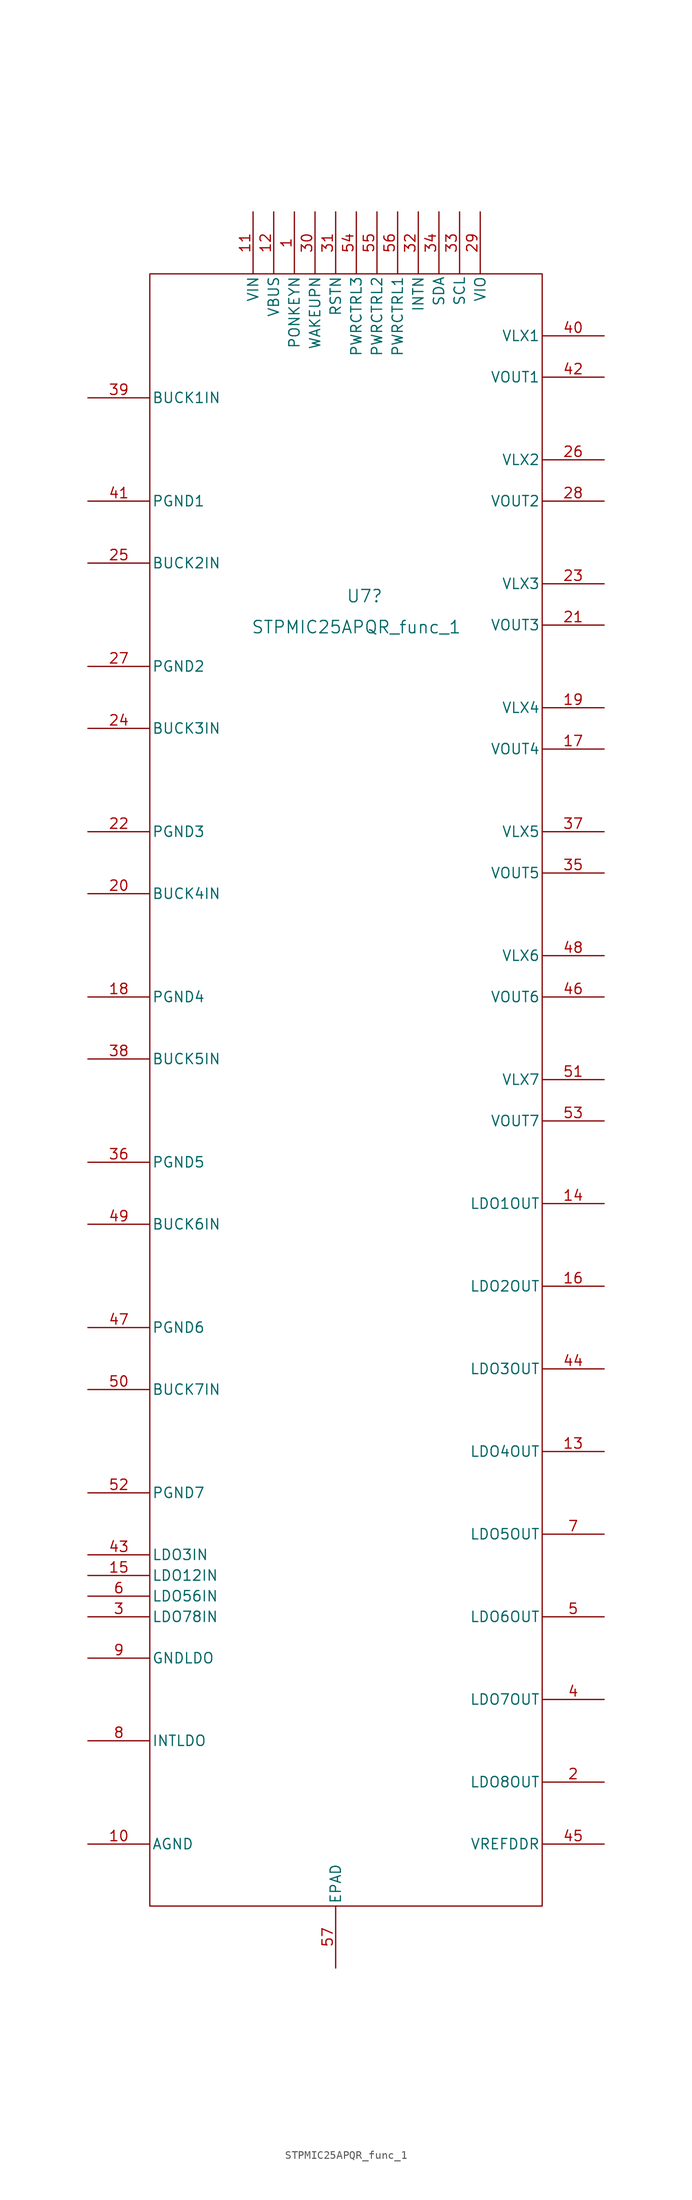
<source format=kicad_sym>
(kicad_symbol_lib
  (version 20241209)
  (generator "kicad_symbol_editor")
  (generator_version "9.0")
  (symbol "STPMIC25APQR_func_1"
    (pin_names
      (offset 0.254))
    (property "Reference" "U7"
      (at 67.056 -34.544 0)
      (effects (font (size 1.524 1.524))))
    (property "Value" "STPMIC25APQR_func_1"
      (at 66.04 -38.354 0)
      (effects (font (size 1.524 1.524))))
    (symbol "STPMIC25APQR_func_1_0_1"
      (rectangle (start 40.64 5.08) (end 88.9 -195.58) (stroke (width 0) (type default)) (fill (type none))))
    (symbol "STPMIC25APQR_func_1_1_1"
      (pin input line (at 33.02 -10.16 0) (length 7.62) (name "BUCK1IN" (effects (font (size 1.27 1.27)))) (number "39" (effects (font (size 1.27 1.27)))))
      (pin power_out line (at 33.02 -22.86 0) (length 7.62) (name "PGND1" (effects (font (size 1.27 1.27)))) (number "41" (effects (font (size 1.27 1.27)))))
      (pin input line (at 33.02 -30.48 0) (length 7.62) (name "BUCK2IN" (effects (font (size 1.27 1.27)))) (number "25" (effects (font (size 1.27 1.27)))))
      (pin power_out line (at 33.02 -43.18 0) (length 7.62) (name "PGND2" (effects (font (size 1.27 1.27)))) (number "27" (effects (font (size 1.27 1.27)))))
      (pin input line (at 33.02 -50.8 0) (length 7.62) (name "BUCK3IN" (effects (font (size 1.27 1.27)))) (number "24" (effects (font (size 1.27 1.27)))))
      (pin power_out line (at 33.02 -63.5 0) (length 7.62) (name "PGND3" (effects (font (size 1.27 1.27)))) (number "22" (effects (font (size 1.27 1.27)))))
      (pin input line (at 33.02 -71.12 0) (length 7.62) (name "BUCK4IN" (effects (font (size 1.27 1.27)))) (number "20" (effects (font (size 1.27 1.27)))))
      (pin power_out line (at 33.02 -83.82 0) (length 7.62) (name "PGND4" (effects (font (size 1.27 1.27)))) (number "18" (effects (font (size 1.27 1.27)))))
      (pin input line (at 33.02 -91.44 0) (length 7.62) (name "BUCK5IN" (effects (font (size 1.27 1.27)))) (number "38" (effects (font (size 1.27 1.27)))))
      (pin power_out line (at 33.02 -104.14 0) (length 7.62) (name "PGND5" (effects (font (size 1.27 1.27)))) (number "36" (effects (font (size 1.27 1.27)))))
      (pin input line (at 33.02 -111.76 0) (length 7.62) (name "BUCK6IN" (effects (font (size 1.27 1.27)))) (number "49" (effects (font (size 1.27 1.27)))))
      (pin power_out line (at 33.02 -124.46 0) (length 7.62) (name "PGND6" (effects (font (size 1.27 1.27)))) (number "47" (effects (font (size 1.27 1.27)))))
      (pin input line (at 33.02 -132.08 0) (length 7.62) (name "BUCK7IN" (effects (font (size 1.27 1.27)))) (number "50" (effects (font (size 1.27 1.27)))))
      (pin power_out line (at 33.02 -144.78 0) (length 7.62) (name "PGND7" (effects (font (size 1.27 1.27)))) (number "52" (effects (font (size 1.27 1.27)))))
      (pin input line (at 33.02 -152.4 0) (length 7.62) (name "LDO3IN" (effects (font (size 1.27 1.27)))) (number "43" (effects (font (size 1.27 1.27)))))
      (pin input line (at 33.02 -154.94 0) (length 7.62) (name "LDO12IN" (effects (font (size 1.27 1.27)))) (number "15" (effects (font (size 1.27 1.27)))))
      (pin input line (at 33.02 -157.48 0) (length 7.62) (name "LDO56IN" (effects (font (size 1.27 1.27)))) (number "6" (effects (font (size 1.27 1.27)))))
      (pin input line (at 33.02 -160.02 0) (length 7.62) (name "LDO78IN" (effects (font (size 1.27 1.27)))) (number "3" (effects (font (size 1.27 1.27)))))
      (pin power_out line (at 33.02 -165.1 0) (length 7.62) (name "GNDLDO" (effects (font (size 1.27 1.27)))) (number "9" (effects (font (size 1.27 1.27)))))
      (pin input line (at 33.02 -175.26 0) (length 7.62) (name "INTLDO" (effects (font (size 1.27 1.27)))) (number "8" (effects (font (size 1.27 1.27)))))
      (pin power_out line (at 33.02 -187.96 0) (length 7.62) (name "AGND" (effects (font (size 1.27 1.27)))) (number "10" (effects (font (size 1.27 1.27)))))
      (pin unspecified line (at 53.34 12.7 270) (length 7.62) (name "VIN" (effects (font (size 1.27 1.27)))) (number "11" (effects (font (size 1.27 1.27)))))
      (pin unspecified line (at 55.88 12.7 270) (length 7.62) (name "VBUS" (effects (font (size 1.27 1.27)))) (number "12" (effects (font (size 1.27 1.27)))))
      (pin unspecified line (at 58.42 12.7 270) (length 7.62) (name "PONKEYN" (effects (font (size 1.27 1.27)))) (number "1" (effects (font (size 1.27 1.27)))))
      (pin unspecified line (at 60.96 12.7 270) (length 7.62) (name "WAKEUPN" (effects (font (size 1.27 1.27)))) (number "30" (effects (font (size 1.27 1.27)))))
      (pin unspecified line (at 63.5 12.7 270) (length 7.62) (name "RSTN" (effects (font (size 1.27 1.27)))) (number "31" (effects (font (size 1.27 1.27)))))
      (pin power_out line (at 63.5 -203.2 90) (length 7.62) (name "EPAD" (effects (font (size 1.27 1.27)))) (number "57" (effects (font (size 1.27 1.27)))))
      (pin bidirectional line (at 66.04 12.7 270) (length 7.62) (name "PWRCTRL3" (effects (font (size 1.27 1.27)))) (number "54" (effects (font (size 1.27 1.27)))))
      (pin bidirectional line (at 68.58 12.7 270) (length 7.62) (name "PWRCTRL2" (effects (font (size 1.27 1.27)))) (number "55" (effects (font (size 1.27 1.27)))))
      (pin bidirectional line (at 71.12 12.7 270) (length 7.62) (name "PWRCTRL1" (effects (font (size 1.27 1.27)))) (number "56" (effects (font (size 1.27 1.27)))))
      (pin input line (at 73.66 12.7 270) (length 7.62) (name "INTN" (effects (font (size 1.27 1.27)))) (number "32" (effects (font (size 1.27 1.27)))))
      (pin unspecified line (at 76.2 12.7 270) (length 7.62) (name "SDA" (effects (font (size 1.27 1.27)))) (number "34" (effects (font (size 1.27 1.27)))))
      (pin unspecified line (at 78.74 12.7 270) (length 7.62) (name "SCL" (effects (font (size 1.27 1.27)))) (number "33" (effects (font (size 1.27 1.27)))))
      (pin unspecified line (at 81.28 12.7 270) (length 7.62) (name "VIO" (effects (font (size 1.27 1.27)))) (number "29" (effects (font (size 1.27 1.27)))))
      (pin bidirectional line (at 96.52 -2.54 180) (length 7.62) (name "VLX1" (effects (font (size 1.27 1.27)))) (number "40" (effects (font (size 1.27 1.27)))))
      (pin output line (at 96.52 -7.62 180) (length 7.62) (name "VOUT1" (effects (font (size 1.27 1.27)))) (number "42" (effects (font (size 1.27 1.27)))))
      (pin bidirectional line (at 96.52 -17.78 180) (length 7.62) (name "VLX2" (effects (font (size 1.27 1.27)))) (number "26" (effects (font (size 1.27 1.27)))))
      (pin output line (at 96.52 -22.86 180) (length 7.62) (name "VOUT2" (effects (font (size 1.27 1.27)))) (number "28" (effects (font (size 1.27 1.27)))))
      (pin bidirectional line (at 96.52 -33.02 180) (length 7.62) (name "VLX3" (effects (font (size 1.27 1.27)))) (number "23" (effects (font (size 1.27 1.27)))))
      (pin output line (at 96.52 -38.1 180) (length 7.62) (name "VOUT3" (effects (font (size 1.27 1.27)))) (number "21" (effects (font (size 1.27 1.27)))))
      (pin bidirectional line (at 96.52 -48.26 180) (length 7.62) (name "VLX4" (effects (font (size 1.27 1.27)))) (number "19" (effects (font (size 1.27 1.27)))))
      (pin output line (at 96.52 -53.34 180) (length 7.62) (name "VOUT4" (effects (font (size 1.27 1.27)))) (number "17" (effects (font (size 1.27 1.27)))))
      (pin bidirectional line (at 96.52 -63.5 180) (length 7.62) (name "VLX5" (effects (font (size 1.27 1.27)))) (number "37" (effects (font (size 1.27 1.27)))))
      (pin output line (at 96.52 -68.58 180) (length 7.62) (name "VOUT5" (effects (font (size 1.27 1.27)))) (number "35" (effects (font (size 1.27 1.27)))))
      (pin bidirectional line (at 96.52 -78.74 180) (length 7.62) (name "VLX6" (effects (font (size 1.27 1.27)))) (number "48" (effects (font (size 1.27 1.27)))))
      (pin output line (at 96.52 -83.82 180) (length 7.62) (name "VOUT6" (effects (font (size 1.27 1.27)))) (number "46" (effects (font (size 1.27 1.27)))))
      (pin bidirectional line (at 96.52 -93.98 180) (length 7.62) (name "VLX7" (effects (font (size 1.27 1.27)))) (number "51" (effects (font (size 1.27 1.27)))))
      (pin output line (at 96.52 -99.06 180) (length 7.62) (name "VOUT7" (effects (font (size 1.27 1.27)))) (number "53" (effects (font (size 1.27 1.27)))))
      (pin output line (at 96.52 -109.22 180) (length 7.62) (name "LDO1OUT" (effects (font (size 1.27 1.27)))) (number "14" (effects (font (size 1.27 1.27)))))
      (pin output line (at 96.52 -119.38 180) (length 7.62) (name "LDO2OUT" (effects (font (size 1.27 1.27)))) (number "16" (effects (font (size 1.27 1.27)))))
      (pin output line (at 96.52 -129.54 180) (length 7.62) (name "LDO3OUT" (effects (font (size 1.27 1.27)))) (number "44" (effects (font (size 1.27 1.27)))))
      (pin output line (at 96.52 -139.7 180) (length 7.62) (name "LDO4OUT" (effects (font (size 1.27 1.27)))) (number "13" (effects (font (size 1.27 1.27)))))
      (pin output line (at 96.52 -149.86 180) (length 7.62) (name "LDO5OUT" (effects (font (size 1.27 1.27)))) (number "7" (effects (font (size 1.27 1.27)))))
      (pin output line (at 96.52 -160.02 180) (length 7.62) (name "LDO6OUT" (effects (font (size 1.27 1.27)))) (number "5" (effects (font (size 1.27 1.27)))))
      (pin output line (at 96.52 -170.18 180) (length 7.62) (name "LDO7OUT" (effects (font (size 1.27 1.27)))) (number "4" (effects (font (size 1.27 1.27)))))
      (pin output line (at 96.52 -180.34 180) (length 7.62) (name "LDO8OUT" (effects (font (size 1.27 1.27)))) (number "2" (effects (font (size 1.27 1.27)))))
      (pin power_in line (at 96.52 -187.96 180) (length 7.62) (name "VREFDDR" (effects (font (size 1.27 1.27)))) (number "45" (effects (font (size 1.27 1.27))))))))
</source>
